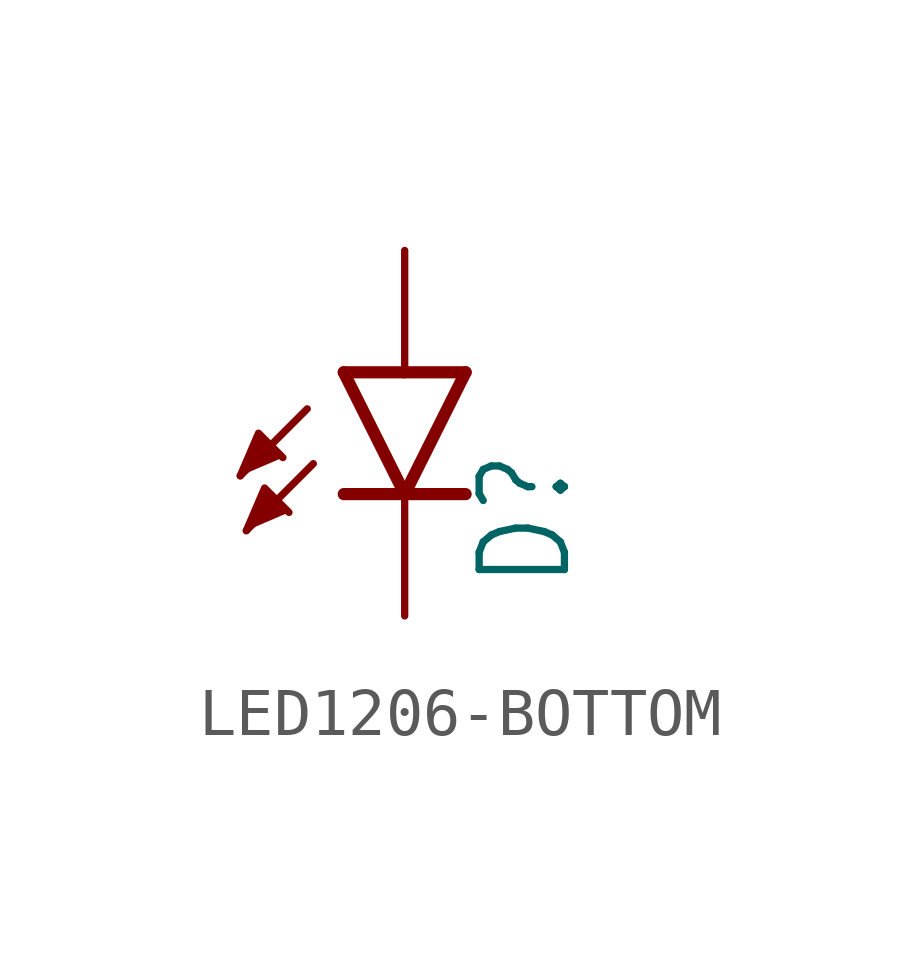
<source format=kicad_sym>
(kicad_symbol_lib
  (version 20220914)
  (generator kicad_symbol_editor)
  (symbol "LED1206-BOTTOM"
    (property "Reference" "D"
      (at 3.556 -4.572 90)
      (effects (font (size 1.778 1.511)) (justify left bottom)))
    (property "Value" ""
      (at 5.715 -4.572 90)
      (effects (font (size 1.778 1.511)) (justify left bottom)))
    (property "ki_locked" ""
      (at 0 0 0)
      (effects (font (size 1.27 1.27))))
    (symbol "LED1206-BOTTOM_1_0"
      (polyline (pts (xy -2.032 -0.762) (xy -3.429 -2.159)) (stroke (width 0.152) (type solid)) (fill (type none)))
      (polyline (pts (xy -1.905 -1.905) (xy -3.302 -3.302)) (stroke (width 0.152) (type solid)) (fill (type none)))
      (polyline (pts (xy 0 -2.54) (xy -1.27 -2.54)) (stroke (width 0.254) (type solid)) (fill (type none)))
      (polyline (pts (xy 0 -2.54) (xy -1.27 0)) (stroke (width 0.254) (type solid)) (fill (type none)))
      (polyline (pts (xy 0 0) (xy -1.27 0)) (stroke (width 0.254) (type solid)) (fill (type none)))
      (polyline (pts (xy 1.27 -2.54) (xy 0 -2.54)) (stroke (width 0.254) (type solid)) (fill (type none)))
      (polyline (pts (xy 1.27 0) (xy 0 -2.54)) (stroke (width 0.254) (type solid)) (fill (type none)))
      (polyline (pts (xy 1.27 0) (xy 0 0)) (stroke (width 0.254) (type solid)) (fill (type none)))
      (polyline (pts (xy -3.429 -2.159) (xy -3.048 -1.27) (xy -2.54 -1.778)) (stroke (width 0.152) (type solid)) (fill (type outline)))
      (polyline (pts (xy -3.302 -3.302) (xy -2.921 -2.413) (xy -2.413 -2.921)) (stroke (width 0.152) (type solid)) (fill (type outline)))
      (pin passive line (at 0 2.54 270) (length 2.54) (name "A" (effects (font (size 0 0)))) (number "A" (effects (font (size 0 0)))))
      (pin passive line (at 0 -5.08 90) (length 2.54) (name "C" (effects (font (size 0 0)))) (number "C" (effects (font (size 0 0))))))))
</source>
